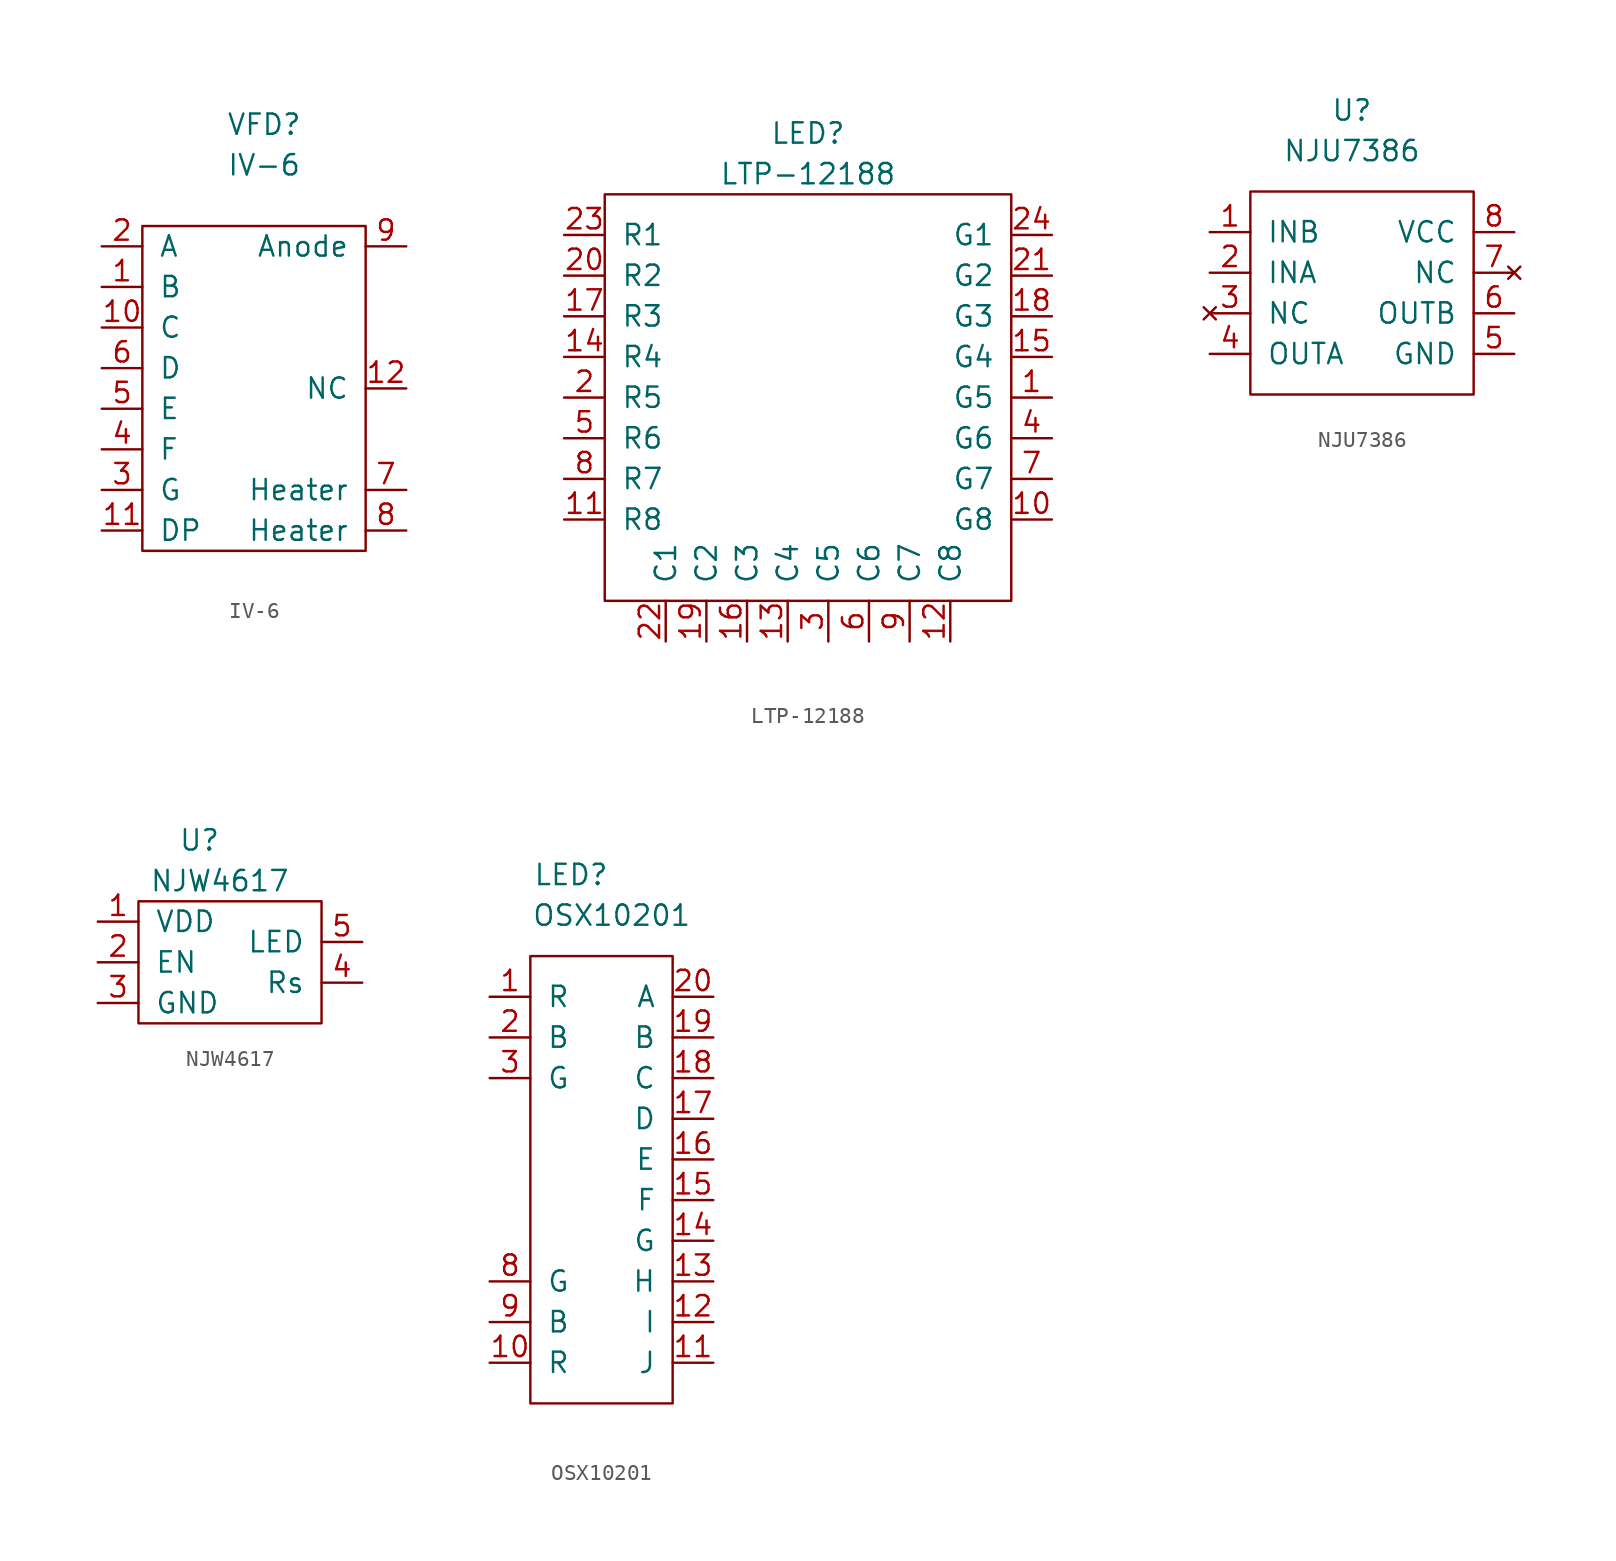
<source format=kicad_sym>
(kicad_symbol_lib
  (version 20211014)
  (generator kicad_symbol_editor)
  (symbol "IV-6"
    (pin_names
      (offset 1.016))
    (property "Reference" "VFD"
      (at 0 8.89 0)
      (effects (font (size 1.27 1.27))))
    (property "Value" "IV-6"
      (at 0 6.35 0)
      (effects (font (size 1.27 1.27))))
    (symbol "IV-6_0_1"
      (rectangle (start -7.62 2.54) (end 6.35 -17.78) (stroke (width 0) (type default) (color 0 0 0 0)) (fill (type none))))
    (symbol "IV-6_1_1"
      (pin input line (at -10.16 -1.27 0) (length 2.54) (name "B" (effects (font (size 1.27 1.27)))) (number "1" (effects (font (size 1.27 1.27)))))
      (pin input line (at -10.16 -3.81 0) (length 2.54) (name "C" (effects (font (size 1.27 1.27)))) (number "10" (effects (font (size 1.27 1.27)))))
      (pin input line (at -10.16 -16.51 0) (length 2.54) (name "DP" (effects (font (size 1.27 1.27)))) (number "11" (effects (font (size 1.27 1.27)))))
      (pin input line (at 8.89 -7.62 180) (length 2.54) (name "NC" (effects (font (size 1.27 1.27)))) (number "12" (effects (font (size 1.27 1.27)))))
      (pin input line (at -10.16 1.27 0) (length 2.54) (name "A" (effects (font (size 1.27 1.27)))) (number "2" (effects (font (size 1.27 1.27)))))
      (pin input line (at -10.16 -13.97 0) (length 2.54) (name "G" (effects (font (size 1.27 1.27)))) (number "3" (effects (font (size 1.27 1.27)))))
      (pin input line (at -10.16 -11.43 0) (length 2.54) (name "F" (effects (font (size 1.27 1.27)))) (number "4" (effects (font (size 1.27 1.27)))))
      (pin input line (at -10.16 -8.89 0) (length 2.54) (name "E" (effects (font (size 1.27 1.27)))) (number "5" (effects (font (size 1.27 1.27)))))
      (pin input line (at -10.16 -6.35 0) (length 2.54) (name "D" (effects (font (size 1.27 1.27)))) (number "6" (effects (font (size 1.27 1.27)))))
      (pin input line (at 8.89 -13.97 180) (length 2.54) (name "Heater" (effects (font (size 1.27 1.27)))) (number "7" (effects (font (size 1.27 1.27)))))
      (pin input line (at 8.89 -16.51 180) (length 2.54) (name "Heater" (effects (font (size 1.27 1.27)))) (number "8" (effects (font (size 1.27 1.27)))))
      (pin input line (at 8.89 1.27 180) (length 2.54) (name "Anode" (effects (font (size 1.27 1.27)))) (number "9" (effects (font (size 1.27 1.27)))))))
  (symbol "LTP-12188"
    (pin_names
      (offset 1.016))
    (property "Reference" "LED"
      (at 0 3.81 0)
      (effects (font (size 1.27 1.27))))
    (property "Value" "LTP-12188"
      (at 0 1.27 0)
      (effects (font (size 1.27 1.27))))
    (symbol "LTP-12188_0_1"
      (rectangle (start -12.7 -25.4) (end 12.7 0) (stroke (width 0) (type default) (color 0 0 0 0)) (fill (type none))))
    (symbol "LTP-12188_1_1"
      (pin passive line (at 15.24 -12.7 180) (length 2.54) (name "G5" (effects (font (size 1.27 1.27)))) (number "1" (effects (font (size 1.27 1.27)))))
      (pin passive line (at 15.24 -20.32 180) (length 2.54) (name "G8" (effects (font (size 1.27 1.27)))) (number "10" (effects (font (size 1.27 1.27)))))
      (pin passive line (at -15.24 -20.32 0) (length 2.54) (name "R8" (effects (font (size 1.27 1.27)))) (number "11" (effects (font (size 1.27 1.27)))))
      (pin passive line (at 8.89 -27.94 90) (length 2.54) (name "C8" (effects (font (size 1.27 1.27)))) (number "12" (effects (font (size 1.27 1.27)))))
      (pin passive line (at -1.27 -27.94 90) (length 2.54) (name "C4" (effects (font (size 1.27 1.27)))) (number "13" (effects (font (size 1.27 1.27)))))
      (pin passive line (at -15.24 -10.16 0) (length 2.54) (name "R4" (effects (font (size 1.27 1.27)))) (number "14" (effects (font (size 1.27 1.27)))))
      (pin passive line (at 15.24 -10.16 180) (length 2.54) (name "G4" (effects (font (size 1.27 1.27)))) (number "15" (effects (font (size 1.27 1.27)))))
      (pin passive line (at -3.81 -27.94 90) (length 2.54) (name "C3" (effects (font (size 1.27 1.27)))) (number "16" (effects (font (size 1.27 1.27)))))
      (pin passive line (at -15.24 -7.62 0) (length 2.54) (name "R3" (effects (font (size 1.27 1.27)))) (number "17" (effects (font (size 1.27 1.27)))))
      (pin passive line (at 15.24 -7.62 180) (length 2.54) (name "G3" (effects (font (size 1.27 1.27)))) (number "18" (effects (font (size 1.27 1.27)))))
      (pin passive line (at -6.35 -27.94 90) (length 2.54) (name "C2" (effects (font (size 1.27 1.27)))) (number "19" (effects (font (size 1.27 1.27)))))
      (pin passive line (at -15.24 -12.7 0) (length 2.54) (name "R5" (effects (font (size 1.27 1.27)))) (number "2" (effects (font (size 1.27 1.27)))))
      (pin passive line (at -15.24 -5.08 0) (length 2.54) (name "R2" (effects (font (size 1.27 1.27)))) (number "20" (effects (font (size 1.27 1.27)))))
      (pin passive line (at 15.24 -5.08 180) (length 2.54) (name "G2" (effects (font (size 1.27 1.27)))) (number "21" (effects (font (size 1.27 1.27)))))
      (pin passive line (at -8.89 -27.94 90) (length 2.54) (name "C1" (effects (font (size 1.27 1.27)))) (number "22" (effects (font (size 1.27 1.27)))))
      (pin passive line (at -15.24 -2.54 0) (length 2.54) (name "R1" (effects (font (size 1.27 1.27)))) (number "23" (effects (font (size 1.27 1.27)))))
      (pin passive line (at 15.24 -2.54 180) (length 2.54) (name "G1" (effects (font (size 1.27 1.27)))) (number "24" (effects (font (size 1.27 1.27)))))
      (pin passive line (at 1.27 -27.94 90) (length 2.54) (name "C5" (effects (font (size 1.27 1.27)))) (number "3" (effects (font (size 1.27 1.27)))))
      (pin passive line (at 15.24 -15.24 180) (length 2.54) (name "G6" (effects (font (size 1.27 1.27)))) (number "4" (effects (font (size 1.27 1.27)))))
      (pin passive line (at -15.24 -15.24 0) (length 2.54) (name "R6" (effects (font (size 1.27 1.27)))) (number "5" (effects (font (size 1.27 1.27)))))
      (pin passive line (at 3.81 -27.94 90) (length 2.54) (name "C6" (effects (font (size 1.27 1.27)))) (number "6" (effects (font (size 1.27 1.27)))))
      (pin passive line (at 15.24 -17.78 180) (length 2.54) (name "G7" (effects (font (size 1.27 1.27)))) (number "7" (effects (font (size 1.27 1.27)))))
      (pin passive line (at -15.24 -17.78 0) (length 2.54) (name "R7" (effects (font (size 1.27 1.27)))) (number "8" (effects (font (size 1.27 1.27)))))
      (pin passive line (at 6.35 -27.94 90) (length 2.54) (name "C7" (effects (font (size 1.27 1.27)))) (number "9" (effects (font (size 1.27 1.27)))))))
  (symbol "NJU7386"
    (pin_names
      (offset 1.016))
    (property "Reference" "U"
      (at 6.35 5.08 0)
      (effects (font (size 1.27 1.27))))
    (property "Value" "NJU7386"
      (at 6.35 2.54 0)
      (effects (font (size 1.27 1.27))))
    (symbol "NJU7386_0_1"
      (rectangle (start 0 0) (end 13.97 -12.7) (stroke (width 0) (type default) (color 0 0 0 0)) (fill (type none))))
    (symbol "NJU7386_1_1"
      (pin input line (at -2.54 -2.54 0) (length 2.54) (name "INB" (effects (font (size 1.27 1.27)))) (number "1" (effects (font (size 1.27 1.27)))))
      (pin input line (at -2.54 -5.08 0) (length 2.54) (name "INA" (effects (font (size 1.27 1.27)))) (number "2" (effects (font (size 1.27 1.27)))))
      (pin no_connect line (at -2.54 -7.62 0) (length 2.54) (name "NC" (effects (font (size 1.27 1.27)))) (number "3" (effects (font (size 1.27 1.27)))))
      (pin output line (at -2.54 -10.16 0) (length 2.54) (name "OUTA" (effects (font (size 1.27 1.27)))) (number "4" (effects (font (size 1.27 1.27)))))
      (pin power_in line (at 16.51 -10.16 180) (length 2.54) (name "GND" (effects (font (size 1.27 1.27)))) (number "5" (effects (font (size 1.27 1.27)))))
      (pin output line (at 16.51 -7.62 180) (length 2.54) (name "OUTB" (effects (font (size 1.27 1.27)))) (number "6" (effects (font (size 1.27 1.27)))))
      (pin no_connect line (at 16.51 -5.08 180) (length 2.54) (name "NC" (effects (font (size 1.27 1.27)))) (number "7" (effects (font (size 1.27 1.27)))))
      (pin power_in line (at 16.51 -2.54 180) (length 2.54) (name "VCC" (effects (font (size 1.27 1.27)))) (number "8" (effects (font (size 1.27 1.27)))))))
  (symbol "NJW4617"
    (pin_names
      (offset 1.016))
    (property "Reference" "U"
      (at -2.54 2.54 0)
      (effects (font (size 1.27 1.27))))
    (property "Value" "NJW4617"
      (at -1.27 0 0)
      (effects (font (size 1.27 1.27))))
    (symbol "NJW4617_0_1"
      (rectangle (start -6.35 -1.27) (end 5.08 -8.89) (stroke (width 0) (type default) (color 0 0 0 0)) (fill (type none))))
    (symbol "NJW4617_1_1"
      (pin power_in line (at -8.89 -2.54 0) (length 2.54) (name "VDD" (effects (font (size 1.27 1.27)))) (number "1" (effects (font (size 1.27 1.27)))))
      (pin input line (at -8.89 -5.08 0) (length 2.54) (name "EN" (effects (font (size 1.27 1.27)))) (number "2" (effects (font (size 1.27 1.27)))))
      (pin power_in line (at -8.89 -7.62 0) (length 2.54) (name "GND" (effects (font (size 1.27 1.27)))) (number "3" (effects (font (size 1.27 1.27)))))
      (pin passive line (at 7.62 -6.35 180) (length 2.54) (name "Rs" (effects (font (size 1.27 1.27)))) (number "4" (effects (font (size 1.27 1.27)))))
      (pin passive line (at 7.62 -3.81 180) (length 2.54) (name "LED" (effects (font (size 1.27 1.27)))) (number "5" (effects (font (size 1.27 1.27)))))))
  (symbol "OSX10201"
    (pin_names
      (offset 1.016))
    (property "Reference" "LED"
      (at -1.27 15.24 0)
      (effects (font (size 1.27 1.27))))
    (property "Value" "OSX10201"
      (at 1.27 12.7 0)
      (effects (font (size 1.27 1.27))))
    (symbol "OSX10201_0_1"
      (rectangle (start -3.81 10.16) (end 5.08 -17.78) (stroke (width 0) (type default) (color 0 0 0 0)) (fill (type none))))
    (symbol "OSX10201_1_1"
      (pin passive line (at -6.35 7.62 0) (length 2.54) (name "R" (effects (font (size 1.27 1.27)))) (number "1" (effects (font (size 1.27 1.27)))))
      (pin passive line (at -6.35 -15.24 0) (length 2.54) (name "R" (effects (font (size 1.27 1.27)))) (number "10" (effects (font (size 1.27 1.27)))))
      (pin passive line (at 7.62 -15.24 180) (length 2.54) (name "J" (effects (font (size 1.27 1.27)))) (number "11" (effects (font (size 1.27 1.27)))))
      (pin passive line (at 7.62 -12.7 180) (length 2.54) (name "I" (effects (font (size 1.27 1.27)))) (number "12" (effects (font (size 1.27 1.27)))))
      (pin passive line (at 7.62 -10.16 180) (length 2.54) (name "H" (effects (font (size 1.27 1.27)))) (number "13" (effects (font (size 1.27 1.27)))))
      (pin passive line (at 7.62 -7.62 180) (length 2.54) (name "G" (effects (font (size 1.27 1.27)))) (number "14" (effects (font (size 1.27 1.27)))))
      (pin passive line (at 7.62 -5.08 180) (length 2.54) (name "F" (effects (font (size 1.27 1.27)))) (number "15" (effects (font (size 1.27 1.27)))))
      (pin passive line (at 7.62 -2.54 180) (length 2.54) (name "E" (effects (font (size 1.27 1.27)))) (number "16" (effects (font (size 1.27 1.27)))))
      (pin passive line (at 7.62 0 180) (length 2.54) (name "D" (effects (font (size 1.27 1.27)))) (number "17" (effects (font (size 1.27 1.27)))))
      (pin passive line (at 7.62 2.54 180) (length 2.54) (name "C" (effects (font (size 1.27 1.27)))) (number "18" (effects (font (size 1.27 1.27)))))
      (pin passive line (at 7.62 5.08 180) (length 2.54) (name "B" (effects (font (size 1.27 1.27)))) (number "19" (effects (font (size 1.27 1.27)))))
      (pin passive line (at -6.35 5.08 0) (length 2.54) (name "B" (effects (font (size 1.27 1.27)))) (number "2" (effects (font (size 1.27 1.27)))))
      (pin passive line (at 7.62 7.62 180) (length 2.54) (name "A" (effects (font (size 1.27 1.27)))) (number "20" (effects (font (size 1.27 1.27)))))
      (pin passive line (at -6.35 2.54 0) (length 2.54) (name "G" (effects (font (size 1.27 1.27)))) (number "3" (effects (font (size 1.27 1.27)))))
      (pin passive line (at -6.35 -10.16 0) (length 2.54) (name "G" (effects (font (size 1.27 1.27)))) (number "8" (effects (font (size 1.27 1.27)))))
      (pin passive line (at -6.35 -12.7 0) (length 2.54) (name "B" (effects (font (size 1.27 1.27)))) (number "9" (effects (font (size 1.27 1.27))))))))
</source>
